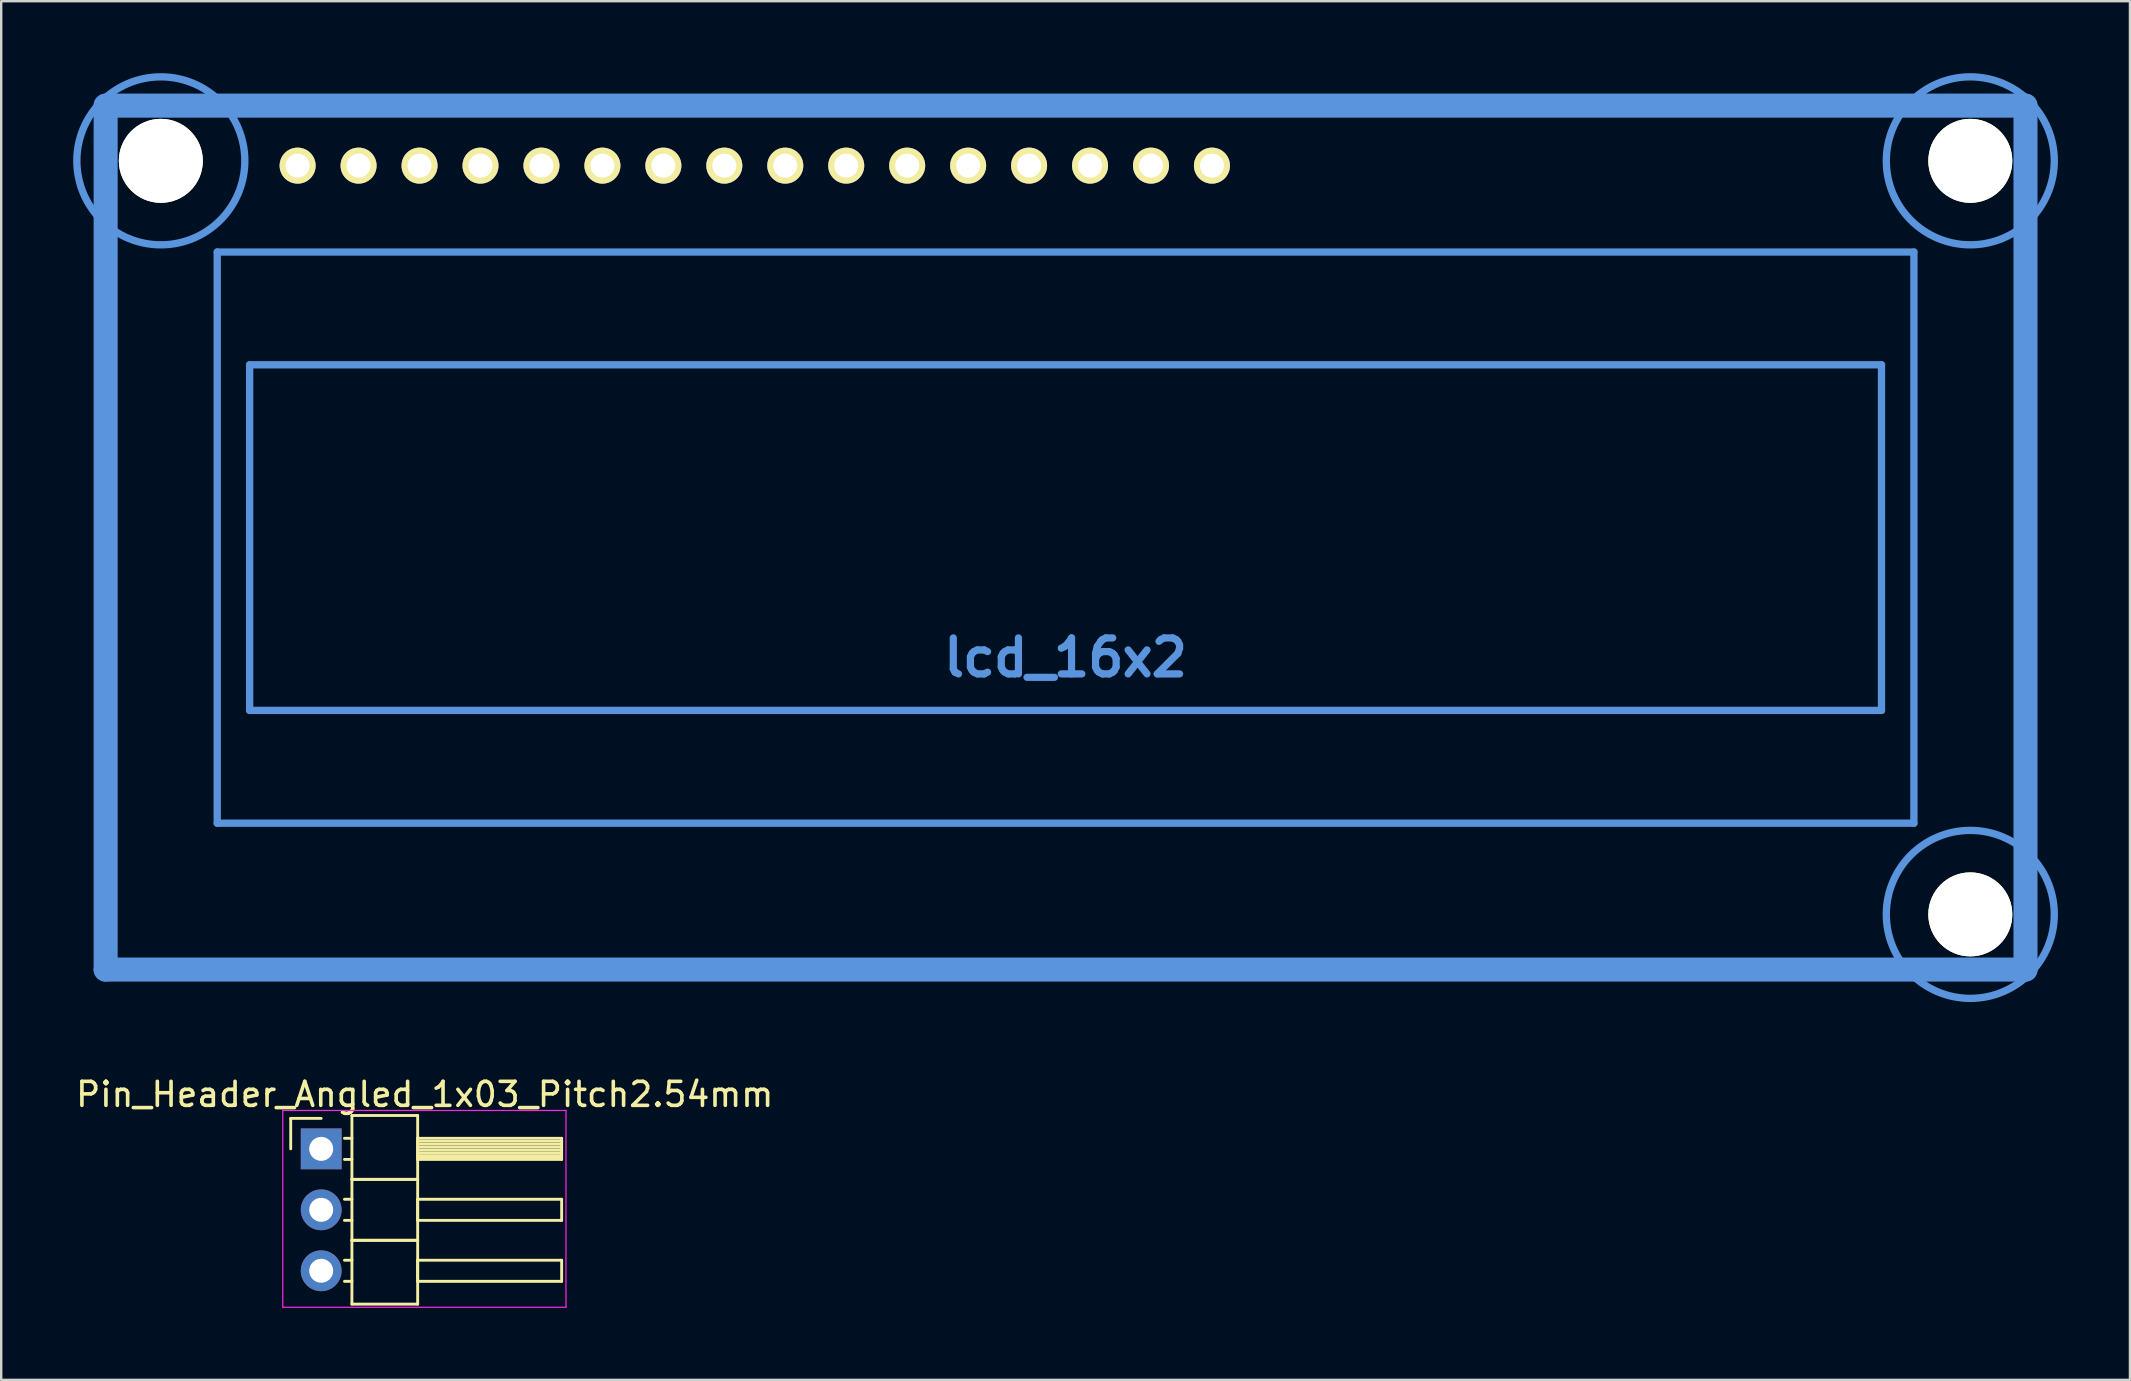
<source format=kicad_pcb>
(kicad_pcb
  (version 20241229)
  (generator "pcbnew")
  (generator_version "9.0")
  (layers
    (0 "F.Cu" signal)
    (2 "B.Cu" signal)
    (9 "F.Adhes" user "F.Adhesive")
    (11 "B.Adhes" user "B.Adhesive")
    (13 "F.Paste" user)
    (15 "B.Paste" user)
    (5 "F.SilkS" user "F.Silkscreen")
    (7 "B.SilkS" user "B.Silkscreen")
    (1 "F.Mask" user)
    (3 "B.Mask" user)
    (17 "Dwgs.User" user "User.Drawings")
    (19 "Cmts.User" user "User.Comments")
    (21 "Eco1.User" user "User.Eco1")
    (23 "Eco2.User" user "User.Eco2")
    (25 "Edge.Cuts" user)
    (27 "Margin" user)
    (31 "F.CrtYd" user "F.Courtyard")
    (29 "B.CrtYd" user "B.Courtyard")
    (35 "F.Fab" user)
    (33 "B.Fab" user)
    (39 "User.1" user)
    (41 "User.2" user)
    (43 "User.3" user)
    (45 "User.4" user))
  (footprint "lcd_16x2"
    (layer "F.Cu")
    (at 41.352 19.352)
    (property "Reference" "lcd_16x2" (at 0 5.001 0) (layer "Cmts.User") (effects (font (size 1.5 1.5) (thickness 0.3))))
    (attr through_hole)
    (fp_line (start -40 -18) (end 40 -18) (stroke (width 1.001) (type solid)) (layer "Cmts.User"))
    (fp_line (start -40 18) (end -40 -18) (stroke (width 1.001) (type solid)) (layer "Cmts.User"))
    (fp_line (start -35.35 -11.9) (end 35.35 -11.9) (stroke (width 0.305) (type solid)) (layer "Cmts.User"))
    (fp_line (start -35.35 11.9) (end -35.35 -11.9) (stroke (width 0.305) (type solid)) (layer "Cmts.User"))
    (fp_line (start -34 -7.2) (end -34 7.2) (stroke (width 0.305) (type solid)) (layer "Cmts.User"))
    (fp_line (start -34 7.2) (end 34 7.2) (stroke (width 0.305) (type solid)) (layer "Cmts.User"))
    (fp_line (start 34 -7.2) (end -34 -7.2) (stroke (width 0.305) (type solid)) (layer "Cmts.User"))
    (fp_line (start 34 7.2) (end 34 -7.2) (stroke (width 0.305) (type solid)) (layer "Cmts.User"))
    (fp_line (start 35.35 -11.9) (end 35.35 11.9) (stroke (width 0.305) (type solid)) (layer "Cmts.User"))
    (fp_line (start 35.35 11.9) (end -35.35 11.9) (stroke (width 0.305) (type solid)) (layer "Cmts.User"))
    (fp_line (start 40 -18) (end 40 18) (stroke (width 1.001) (type solid)) (layer "Cmts.User"))
    (fp_line (start 40 18) (end -40 18) (stroke (width 1.001) (type solid)) (layer "Cmts.User"))
    (fp_circle (center -37.7 -15.7) (end -41.2 -15.7) (stroke (width 0.305) (type solid)) (fill no) (layer "Cmts.User"))
    (fp_circle (center 37.7 -15.7) (end 41.2 -15.7) (stroke (width 0.305) (type solid)) (fill no) (layer "Cmts.User"))
    (fp_circle (center 37.7 15.7) (end 41.2 15.7) (stroke (width 0.305) (type solid)) (fill no) (layer "Cmts.User"))
    (pad "" np_thru_hole circle (at -37.7 -15.7) (size 3.5 3.5) (drill 3.5) (layers "*.Cu" "*.Mask" "F.SilkS"))
    (pad "" np_thru_hole circle (at 37.7 -15.7) (size 3.5 3.5) (drill 3.5) (layers "*.Cu" "*.Mask" "F.SilkS"))
    (pad "" np_thru_hole circle (at 37.7 15.7) (size 3.5 3.5) (drill 3.5) (layers "*.Cu" "*.Mask" "F.SilkS"))
    (pad "1" thru_hole circle (at -32 -15.5) (size 1.5 1.5) (drill 1) (layers "*.Cu" "*.Mask" "F.SilkS"))
    (pad "2" thru_hole circle (at -29.46 -15.5) (size 1.5 1.5) (drill 1) (layers "*.Cu" "*.Mask" "F.SilkS"))
    (pad "3" thru_hole circle (at -26.92 -15.5) (size 1.5 1.5) (drill 1) (layers "*.Cu" "*.Mask" "F.SilkS"))
    (pad "4" thru_hole circle (at -24.38 -15.5) (size 1.5 1.5) (drill 1) (layers "*.Cu" "*.Mask" "F.SilkS"))
    (pad "5" thru_hole circle (at -21.84 -15.5) (size 1.5 1.5) (drill 1) (layers "*.Cu" "*.Mask" "F.SilkS"))
    (pad "6" thru_hole circle (at -19.3 -15.5) (size 1.5 1.5) (drill 1) (layers "*.Cu" "*.Mask" "F.SilkS"))
    (pad "7" thru_hole circle (at -16.76 -15.5) (size 1.5 1.5) (drill 1) (layers "*.Cu" "*.Mask" "F.SilkS"))
    (pad "8" thru_hole circle (at -14.22 -15.5) (size 1.5 1.5) (drill 1) (layers "*.Cu" "*.Mask" "F.SilkS"))
    (pad "9" thru_hole circle (at -11.68 -15.5) (size 1.5 1.5) (drill 1) (layers "*.Cu" "*.Mask" "F.SilkS"))
    (pad "10" thru_hole circle (at -9.14 -15.5) (size 1.5 1.5) (drill 1) (layers "*.Cu" "*.Mask" "F.SilkS"))
    (pad "11" thru_hole circle (at -6.6 -15.5) (size 1.5 1.5) (drill 1) (layers "*.Cu" "*.Mask" "F.SilkS"))
    (pad "12" thru_hole circle (at -4.06 -15.5) (size 1.5 1.5) (drill 1) (layers "*.Cu" "*.Mask" "F.SilkS"))
    (pad "13" thru_hole circle (at -1.52 -15.5) (size 1.5 1.5) (drill 1) (layers "*.Cu" "*.Mask" "F.SilkS"))
    (pad "14" thru_hole circle (at 1.02 -15.5) (size 1.5 1.5) (drill 1) (layers "*.Cu" "*.Mask" "F.SilkS"))
    (pad "15" thru_hole circle (at 3.56 -15.5) (size 1.5 1.5) (drill 1) (layers "*.Cu" "*.Mask" "F.SilkS"))
    (pad "16" thru_hole circle (at 6.1 -15.5) (size 1.5 1.5) (drill 1) (layers "*.Cu" "*.Mask" "F.SilkS")))
  (footprint "Pin_Header_Angled_1x03_Pitch2.54mm"
    (layer "F.Cu")
    (at 10.334 44.823)
    (property "Reference" "Pin_Header_Angled_1x03_Pitch2.54mm" (at 4.315 -2.27 0) (layer "F.SilkS") (effects (font (size 1 1) (thickness 0.15))))
    (attr through_hole)
    (fp_line (start -1.27 -1.27) (end 0 -1.27) (stroke (width 0.12) (type solid)) (layer "F.SilkS"))
    (fp_line (start -1.27 0) (end -1.27 -1.27) (stroke (width 0.12) (type solid)) (layer "F.SilkS"))
    (fp_line (start 0.97 -0.44) (end 1.28 -0.44) (stroke (width 0.12) (type solid)) (layer "F.SilkS"))
    (fp_line (start 0.97 0.44) (end 1.28 0.44) (stroke (width 0.12) (type solid)) (layer "F.SilkS"))
    (fp_line (start 0.97 2.1) (end 1.28 2.1) (stroke (width 0.12) (type solid)) (layer "F.SilkS"))
    (fp_line (start 0.97 2.98) (end 1.28 2.98) (stroke (width 0.12) (type solid)) (layer "F.SilkS"))
    (fp_line (start 0.97 4.64) (end 1.28 4.64) (stroke (width 0.12) (type solid)) (layer "F.SilkS"))
    (fp_line (start 0.97 5.52) (end 1.28 5.52) (stroke (width 0.12) (type solid)) (layer "F.SilkS"))
    (fp_line (start 1.28 -1.39) (end 1.28 1.27) (stroke (width 0.12) (type solid)) (layer "F.SilkS"))
    (fp_line (start 1.28 1.27) (end 1.28 3.81) (stroke (width 0.12) (type solid)) (layer "F.SilkS"))
    (fp_line (start 1.28 1.27) (end 4.02 1.27) (stroke (width 0.12) (type solid)) (layer "F.SilkS"))
    (fp_line (start 1.28 3.81) (end 1.28 6.47) (stroke (width 0.12) (type solid)) (layer "F.SilkS"))
    (fp_line (start 1.28 3.81) (end 4.02 3.81) (stroke (width 0.12) (type solid)) (layer "F.SilkS"))
    (fp_line (start 1.28 6.47) (end 4.02 6.47) (stroke (width 0.12) (type solid)) (layer "F.SilkS"))
    (fp_line (start 4.02 -1.39) (end 1.28 -1.39) (stroke (width 0.12) (type solid)) (layer "F.SilkS"))
    (fp_line (start 4.02 -0.44) (end 4.02 0.44) (stroke (width 0.12) (type solid)) (layer "F.SilkS"))
    (fp_line (start 4.02 -0.32) (end 10.02 -0.32) (stroke (width 0.12) (type solid)) (layer "F.SilkS"))
    (fp_line (start 4.02 -0.2) (end 10.02 -0.2) (stroke (width 0.12) (type solid)) (layer "F.SilkS"))
    (fp_line (start 4.02 -0.08) (end 10.02 -0.08) (stroke (width 0.12) (type solid)) (layer "F.SilkS"))
    (fp_line (start 4.02 0.04) (end 10.02 0.04) (stroke (width 0.12) (type solid)) (layer "F.SilkS"))
    (fp_line (start 4.02 0.16) (end 10.02 0.16) (stroke (width 0.12) (type solid)) (layer "F.SilkS"))
    (fp_line (start 4.02 0.28) (end 10.02 0.28) (stroke (width 0.12) (type solid)) (layer "F.SilkS"))
    (fp_line (start 4.02 0.4) (end 10.02 0.4) (stroke (width 0.12) (type solid)) (layer "F.SilkS"))
    (fp_line (start 4.02 0.44) (end 10.02 0.44) (stroke (width 0.12) (type solid)) (layer "F.SilkS"))
    (fp_line (start 4.02 1.27) (end 1.28 1.27) (stroke (width 0.12) (type solid)) (layer "F.SilkS"))
    (fp_line (start 4.02 1.27) (end 4.02 -1.39) (stroke (width 0.12) (type solid)) (layer "F.SilkS"))
    (fp_line (start 4.02 2.1) (end 4.02 2.98) (stroke (width 0.12) (type solid)) (layer "F.SilkS"))
    (fp_line (start 4.02 2.98) (end 10.02 2.98) (stroke (width 0.12) (type solid)) (layer "F.SilkS"))
    (fp_line (start 4.02 3.81) (end 1.28 3.81) (stroke (width 0.12) (type solid)) (layer "F.SilkS"))
    (fp_line (start 4.02 3.81) (end 4.02 1.27) (stroke (width 0.12) (type solid)) (layer "F.SilkS"))
    (fp_line (start 4.02 4.64) (end 4.02 5.52) (stroke (width 0.12) (type solid)) (layer "F.SilkS"))
    (fp_line (start 4.02 5.52) (end 10.02 5.52) (stroke (width 0.12) (type solid)) (layer "F.SilkS"))
    (fp_line (start 4.02 6.47) (end 4.02 3.81) (stroke (width 0.12) (type solid)) (layer "F.SilkS"))
    (fp_line (start 10.02 -0.44) (end 4.02 -0.44) (stroke (width 0.12) (type solid)) (layer "F.SilkS"))
    (fp_line (start 10.02 0.44) (end 10.02 -0.44) (stroke (width 0.12) (type solid)) (layer "F.SilkS"))
    (fp_line (start 10.02 2.1) (end 4.02 2.1) (stroke (width 0.12) (type solid)) (layer "F.SilkS"))
    (fp_line (start 10.02 2.98) (end 10.02 2.1) (stroke (width 0.12) (type solid)) (layer "F.SilkS"))
    (fp_line (start 10.02 4.64) (end 4.02 4.64) (stroke (width 0.12) (type solid)) (layer "F.SilkS"))
    (fp_line (start 10.02 5.52) (end 10.02 4.64) (stroke (width 0.12) (type solid)) (layer "F.SilkS"))
    (fp_line (start -1.6 -1.6) (end -1.6 6.6) (stroke (width 0.05) (type solid)) (layer "F.CrtYd"))
    (fp_line (start -1.6 6.6) (end 10.2 6.6) (stroke (width 0.05) (type solid)) (layer "F.CrtYd"))
    (fp_line (start 10.2 -1.6) (end -1.6 -1.6) (stroke (width 0.05) (type solid)) (layer "F.CrtYd"))
    (fp_line (start 10.2 6.6) (end 10.2 -1.6) (stroke (width 0.05) (type solid)) (layer "F.CrtYd"))
    (pad "1" thru_hole rect (at 0 0) (size 1.7 1.7) (drill 1) (layers "*.Cu" "*.Mask"))
    (pad "2" thru_hole oval (at 0 2.54) (size 1.7 1.7) (drill 1) (layers "*.Cu" "*.Mask"))
    (pad "3" thru_hole oval (at 0 5.08) (size 1.7 1.7) (drill 1) (layers "*.Cu" "*.Mask")))
  (gr_rect
    (start -3 -3)
    (end 85.705 54.448)
    (stroke (width 0.1) (type default))
    (fill no)
    (layer "Edge.Cuts")))
</source>
